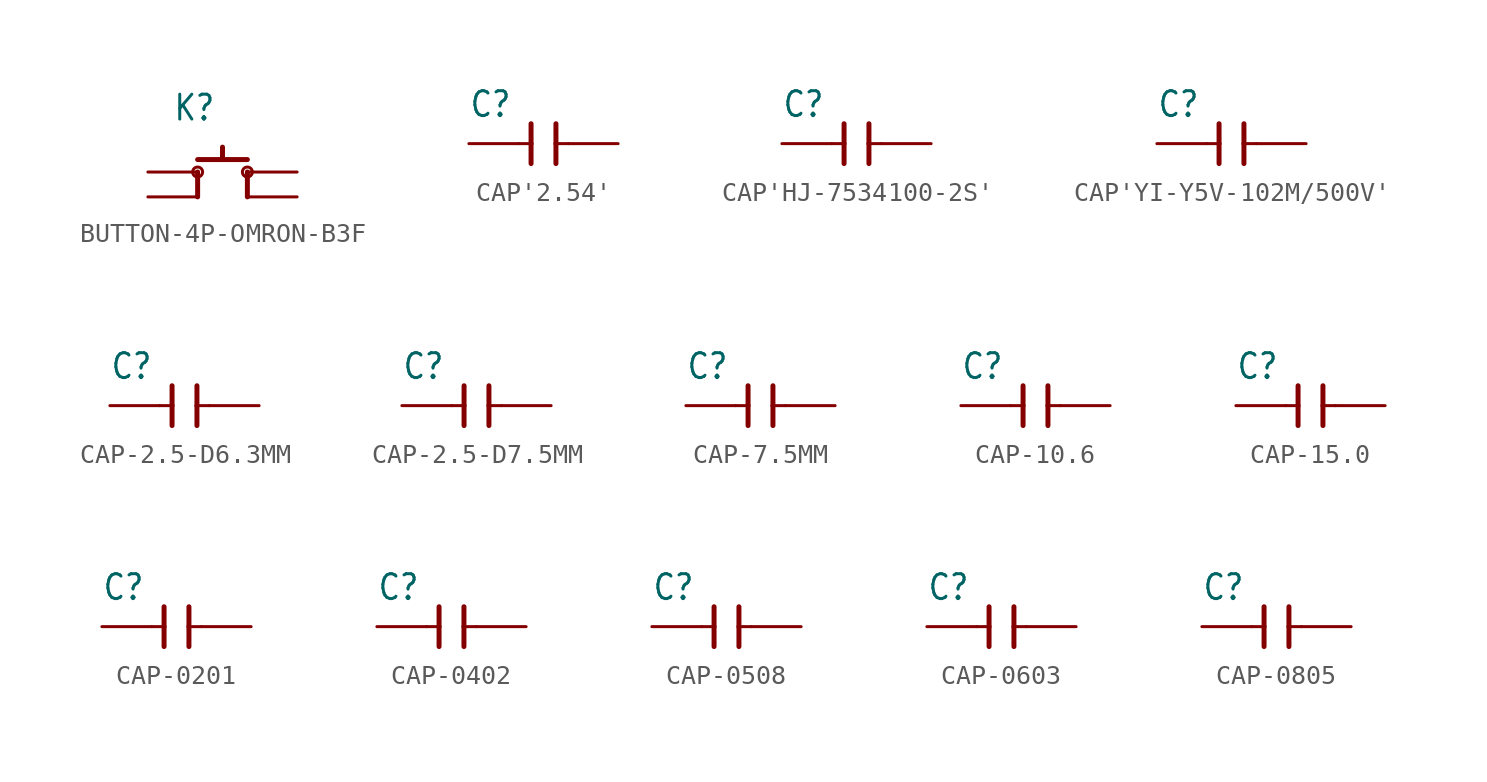
<source format=kicad_sym>
(kicad_symbol_lib
  (version 20220914)
  (generator kicad_symbol_editor)
  (symbol "BUTTON-4P-OMRON-B3F"
    (property "Reference" "K"
      (at -2.54 2.54 0)
      (effects (font (size 1.27 1.079)) (justify left bottom)))
    (property "Value" ""
      (at -2.54 1.27 0)
      (effects (font (size 1.27 1.079)) (justify left bottom)))
    (property "ki_locked" ""
      (at 0 0 0)
      (effects (font (size 1.27 1.27))))
    (symbol "BUTTON-4P-OMRON-B3F_1_0"
      (circle (center -1.27 0) (radius 0.254) (stroke (width 0) (type solid)) (fill (type none)))
      (polyline (pts (xy -1.27 -1.27) (xy -1.27 0)) (stroke (width 0.254) (type solid)) (fill (type none)))
      (polyline (pts (xy -1.27 0.635) (xy 0 0.635)) (stroke (width 0.254) (type solid)) (fill (type none)))
      (polyline (pts (xy 0 0.635) (xy 0 1.27)) (stroke (width 0.254) (type solid)) (fill (type none)))
      (polyline (pts (xy 0 0.635) (xy 1.27 0.635)) (stroke (width 0.254) (type solid)) (fill (type none)))
      (polyline (pts (xy 1.27 0) (xy 1.27 -1.27)) (stroke (width 0.254) (type solid)) (fill (type none)))
      (circle (center 1.27 0) (radius 0.254) (stroke (width 0) (type solid)) (fill (type none)))
      (pin bidirectional line (at -3.81 0 0) (length 2.54) (name "A0" (effects (font (size 0 0)))) (number "1" (effects (font (size 0 0)))))
      (pin bidirectional line (at -3.81 -1.27 0) (length 2.54) (name "A1" (effects (font (size 0 0)))) (number "2" (effects (font (size 0 0)))))
      (pin bidirectional line (at 3.81 0 180) (length 2.54) (name "B0" (effects (font (size 0 0)))) (number "3" (effects (font (size 0 0)))))
      (pin bidirectional line (at 3.81 -1.27 180) (length 2.54) (name "B1" (effects (font (size 0 0)))) (number "4" (effects (font (size 0 0)))))))
  (symbol "CAP'2.54'"
    (property "Reference" "C"
      (at -3.81 1.27 0)
      (effects (font (size 1.27 1.079)) (justify left bottom)))
    (property "Value" ""
      (at -3.81 0 0)
      (effects (font (size 1.27 1.079)) (justify left bottom)))
    (property "ki_locked" ""
      (at 0 0 0)
      (effects (font (size 1.27 1.27))))
    (symbol "CAP'2.54'_1_0"
      (polyline (pts (xy -1.27 0) (xy -0.635 0)) (stroke (width 0.152) (type solid)) (fill (type none)))
      (polyline (pts (xy -0.635 -1.016) (xy -0.635 0)) (stroke (width 0.254) (type solid)) (fill (type none)))
      (polyline (pts (xy -0.635 0) (xy -0.635 1.016)) (stroke (width 0.254) (type solid)) (fill (type none)))
      (polyline (pts (xy 0.635 0) (xy 0.635 -1.016)) (stroke (width 0.254) (type solid)) (fill (type none)))
      (polyline (pts (xy 0.635 0) (xy 1.27 0)) (stroke (width 0.152) (type solid)) (fill (type none)))
      (polyline (pts (xy 0.635 1.016) (xy 0.635 0)) (stroke (width 0.254) (type solid)) (fill (type none)))
      (pin passive line (at -3.81 0 0) (length 2.54) (name "1" (effects (font (size 0 0)))) (number "1" (effects (font (size 0 0)))))
      (pin passive line (at 3.81 0 180) (length 2.54) (name "2" (effects (font (size 0 0)))) (number "2" (effects (font (size 0 0)))))))
  (symbol "CAP'HJ-7534100-2S'"
    (property "Reference" "C"
      (at -3.81 1.27 0)
      (effects (font (size 1.27 1.079)) (justify left bottom)))
    (property "Value" ""
      (at -3.81 0 0)
      (effects (font (size 1.27 1.079)) (justify left bottom)))
    (property "ki_locked" ""
      (at 0 0 0)
      (effects (font (size 1.27 1.27))))
    (symbol "CAP'HJ-7534100-2S'_1_0"
      (polyline (pts (xy -1.27 0) (xy -0.635 0)) (stroke (width 0.152) (type solid)) (fill (type none)))
      (polyline (pts (xy -0.635 -1.016) (xy -0.635 0)) (stroke (width 0.254) (type solid)) (fill (type none)))
      (polyline (pts (xy -0.635 0) (xy -0.635 1.016)) (stroke (width 0.254) (type solid)) (fill (type none)))
      (polyline (pts (xy 0.635 0) (xy 0.635 -1.016)) (stroke (width 0.254) (type solid)) (fill (type none)))
      (polyline (pts (xy 0.635 0) (xy 1.27 0)) (stroke (width 0.152) (type solid)) (fill (type none)))
      (polyline (pts (xy 0.635 1.016) (xy 0.635 0)) (stroke (width 0.254) (type solid)) (fill (type none)))
      (pin passive line (at -3.81 0 0) (length 2.54) (name "1" (effects (font (size 0 0)))) (number "1" (effects (font (size 0 0)))))
      (pin passive line (at 3.81 0 180) (length 2.54) (name "2" (effects (font (size 0 0)))) (number "2" (effects (font (size 0 0)))))))
  (symbol "CAP'YI-Y5V-102M/500V'"
    (property "Reference" "C"
      (at -3.81 1.27 0)
      (effects (font (size 1.27 1.079)) (justify left bottom)))
    (property "Value" ""
      (at -3.81 0 0)
      (effects (font (size 1.27 1.079)) (justify left bottom)))
    (property "ki_locked" ""
      (at 0 0 0)
      (effects (font (size 1.27 1.27))))
    (symbol "CAP'YI-Y5V-102M/500V'_1_0"
      (polyline (pts (xy -1.27 0) (xy -0.635 0)) (stroke (width 0.152) (type solid)) (fill (type none)))
      (polyline (pts (xy -0.635 -1.016) (xy -0.635 0)) (stroke (width 0.254) (type solid)) (fill (type none)))
      (polyline (pts (xy -0.635 0) (xy -0.635 1.016)) (stroke (width 0.254) (type solid)) (fill (type none)))
      (polyline (pts (xy 0.635 0) (xy 0.635 -1.016)) (stroke (width 0.254) (type solid)) (fill (type none)))
      (polyline (pts (xy 0.635 0) (xy 1.27 0)) (stroke (width 0.152) (type solid)) (fill (type none)))
      (polyline (pts (xy 0.635 1.016) (xy 0.635 0)) (stroke (width 0.254) (type solid)) (fill (type none)))
      (pin passive line (at -3.81 0 0) (length 2.54) (name "1" (effects (font (size 0 0)))) (number "1" (effects (font (size 0 0)))))
      (pin passive line (at 3.81 0 180) (length 2.54) (name "2" (effects (font (size 0 0)))) (number "2" (effects (font (size 0 0)))))))
  (symbol "CAP-2.5-D6.3MM"
    (property "Reference" "C"
      (at -3.81 1.27 0)
      (effects (font (size 1.27 1.079)) (justify left bottom)))
    (property "Value" ""
      (at -3.81 0 0)
      (effects (font (size 1.27 1.079)) (justify left bottom)))
    (property "ki_locked" ""
      (at 0 0 0)
      (effects (font (size 1.27 1.27))))
    (symbol "CAP-2.5-D6.3MM_1_0"
      (polyline (pts (xy -1.27 0) (xy -0.635 0)) (stroke (width 0.152) (type solid)) (fill (type none)))
      (polyline (pts (xy -0.635 -1.016) (xy -0.635 0)) (stroke (width 0.254) (type solid)) (fill (type none)))
      (polyline (pts (xy -0.635 0) (xy -0.635 1.016)) (stroke (width 0.254) (type solid)) (fill (type none)))
      (polyline (pts (xy 0.635 0) (xy 0.635 -1.016)) (stroke (width 0.254) (type solid)) (fill (type none)))
      (polyline (pts (xy 0.635 0) (xy 1.27 0)) (stroke (width 0.152) (type solid)) (fill (type none)))
      (polyline (pts (xy 0.635 1.016) (xy 0.635 0)) (stroke (width 0.254) (type solid)) (fill (type none)))
      (pin passive line (at -3.81 0 0) (length 2.54) (name "1" (effects (font (size 0 0)))) (number "1" (effects (font (size 0 0)))))
      (pin passive line (at 3.81 0 180) (length 2.54) (name "2" (effects (font (size 0 0)))) (number "2" (effects (font (size 0 0)))))))
  (symbol "CAP-2.5-D7.5MM"
    (property "Reference" "C"
      (at -3.81 1.27 0)
      (effects (font (size 1.27 1.079)) (justify left bottom)))
    (property "Value" ""
      (at -3.81 0 0)
      (effects (font (size 1.27 1.079)) (justify left bottom)))
    (property "ki_locked" ""
      (at 0 0 0)
      (effects (font (size 1.27 1.27))))
    (symbol "CAP-2.5-D7.5MM_1_0"
      (polyline (pts (xy -1.27 0) (xy -0.635 0)) (stroke (width 0.152) (type solid)) (fill (type none)))
      (polyline (pts (xy -0.635 -1.016) (xy -0.635 0)) (stroke (width 0.254) (type solid)) (fill (type none)))
      (polyline (pts (xy -0.635 0) (xy -0.635 1.016)) (stroke (width 0.254) (type solid)) (fill (type none)))
      (polyline (pts (xy 0.635 0) (xy 0.635 -1.016)) (stroke (width 0.254) (type solid)) (fill (type none)))
      (polyline (pts (xy 0.635 0) (xy 1.27 0)) (stroke (width 0.152) (type solid)) (fill (type none)))
      (polyline (pts (xy 0.635 1.016) (xy 0.635 0)) (stroke (width 0.254) (type solid)) (fill (type none)))
      (pin passive line (at -3.81 0 0) (length 2.54) (name "1" (effects (font (size 0 0)))) (number "1" (effects (font (size 0 0)))))
      (pin passive line (at 3.81 0 180) (length 2.54) (name "2" (effects (font (size 0 0)))) (number "2" (effects (font (size 0 0)))))))
  (symbol "CAP-7.5MM"
    (property "Reference" "C"
      (at -3.81 1.27 0)
      (effects (font (size 1.27 1.079)) (justify left bottom)))
    (property "Value" ""
      (at -3.81 0 0)
      (effects (font (size 1.27 1.079)) (justify left bottom)))
    (property "ki_locked" ""
      (at 0 0 0)
      (effects (font (size 1.27 1.27))))
    (symbol "CAP-7.5MM_1_0"
      (polyline (pts (xy -1.27 0) (xy -0.635 0)) (stroke (width 0.152) (type solid)) (fill (type none)))
      (polyline (pts (xy -0.635 -1.016) (xy -0.635 0)) (stroke (width 0.254) (type solid)) (fill (type none)))
      (polyline (pts (xy -0.635 0) (xy -0.635 1.016)) (stroke (width 0.254) (type solid)) (fill (type none)))
      (polyline (pts (xy 0.635 0) (xy 0.635 -1.016)) (stroke (width 0.254) (type solid)) (fill (type none)))
      (polyline (pts (xy 0.635 0) (xy 1.27 0)) (stroke (width 0.152) (type solid)) (fill (type none)))
      (polyline (pts (xy 0.635 1.016) (xy 0.635 0)) (stroke (width 0.254) (type solid)) (fill (type none)))
      (pin passive line (at -3.81 0 0) (length 2.54) (name "1" (effects (font (size 0 0)))) (number "1" (effects (font (size 0 0)))))
      (pin passive line (at 3.81 0 180) (length 2.54) (name "2" (effects (font (size 0 0)))) (number "2" (effects (font (size 0 0)))))))
  (symbol "CAP-10.6"
    (property "Reference" "C"
      (at -3.81 1.27 0)
      (effects (font (size 1.27 1.079)) (justify left bottom)))
    (property "Value" ""
      (at -3.81 0 0)
      (effects (font (size 1.27 1.079)) (justify left bottom)))
    (property "ki_locked" ""
      (at 0 0 0)
      (effects (font (size 1.27 1.27))))
    (symbol "CAP-10.6_1_0"
      (polyline (pts (xy -1.27 0) (xy -0.635 0)) (stroke (width 0.152) (type solid)) (fill (type none)))
      (polyline (pts (xy -0.635 -1.016) (xy -0.635 0)) (stroke (width 0.254) (type solid)) (fill (type none)))
      (polyline (pts (xy -0.635 0) (xy -0.635 1.016)) (stroke (width 0.254) (type solid)) (fill (type none)))
      (polyline (pts (xy 0.635 0) (xy 0.635 -1.016)) (stroke (width 0.254) (type solid)) (fill (type none)))
      (polyline (pts (xy 0.635 0) (xy 1.27 0)) (stroke (width 0.152) (type solid)) (fill (type none)))
      (polyline (pts (xy 0.635 1.016) (xy 0.635 0)) (stroke (width 0.254) (type solid)) (fill (type none)))
      (pin passive line (at -3.81 0 0) (length 2.54) (name "1" (effects (font (size 0 0)))) (number "1" (effects (font (size 0 0)))))
      (pin passive line (at 3.81 0 180) (length 2.54) (name "2" (effects (font (size 0 0)))) (number "2" (effects (font (size 0 0)))))))
  (symbol "CAP-15.0"
    (property "Reference" "C"
      (at -3.81 1.27 0)
      (effects (font (size 1.27 1.079)) (justify left bottom)))
    (property "Value" ""
      (at -3.81 0 0)
      (effects (font (size 1.27 1.079)) (justify left bottom)))
    (property "ki_locked" ""
      (at 0 0 0)
      (effects (font (size 1.27 1.27))))
    (symbol "CAP-15.0_1_0"
      (polyline (pts (xy -1.27 0) (xy -0.635 0)) (stroke (width 0.152) (type solid)) (fill (type none)))
      (polyline (pts (xy -0.635 -1.016) (xy -0.635 0)) (stroke (width 0.254) (type solid)) (fill (type none)))
      (polyline (pts (xy -0.635 0) (xy -0.635 1.016)) (stroke (width 0.254) (type solid)) (fill (type none)))
      (polyline (pts (xy 0.635 0) (xy 0.635 -1.016)) (stroke (width 0.254) (type solid)) (fill (type none)))
      (polyline (pts (xy 0.635 0) (xy 1.27 0)) (stroke (width 0.152) (type solid)) (fill (type none)))
      (polyline (pts (xy 0.635 1.016) (xy 0.635 0)) (stroke (width 0.254) (type solid)) (fill (type none)))
      (pin passive line (at -3.81 0 0) (length 2.54) (name "1" (effects (font (size 0 0)))) (number "1" (effects (font (size 0 0)))))
      (pin passive line (at 3.81 0 180) (length 2.54) (name "2" (effects (font (size 0 0)))) (number "2" (effects (font (size 0 0)))))))
  (symbol "CAP-0201"
    (property "Reference" "C"
      (at -3.81 1.27 0)
      (effects (font (size 1.27 1.079)) (justify left bottom)))
    (property "Value" ""
      (at -3.81 0 0)
      (effects (font (size 1.27 1.079)) (justify left bottom)))
    (property "ki_locked" ""
      (at 0 0 0)
      (effects (font (size 1.27 1.27))))
    (symbol "CAP-0201_1_0"
      (polyline (pts (xy -1.27 0) (xy -0.635 0)) (stroke (width 0.152) (type solid)) (fill (type none)))
      (polyline (pts (xy -0.635 -1.016) (xy -0.635 0)) (stroke (width 0.254) (type solid)) (fill (type none)))
      (polyline (pts (xy -0.635 0) (xy -0.635 1.016)) (stroke (width 0.254) (type solid)) (fill (type none)))
      (polyline (pts (xy 0.635 0) (xy 0.635 -1.016)) (stroke (width 0.254) (type solid)) (fill (type none)))
      (polyline (pts (xy 0.635 0) (xy 1.27 0)) (stroke (width 0.152) (type solid)) (fill (type none)))
      (polyline (pts (xy 0.635 1.016) (xy 0.635 0)) (stroke (width 0.254) (type solid)) (fill (type none)))
      (pin passive line (at -3.81 0 0) (length 2.54) (name "1" (effects (font (size 0 0)))) (number "1" (effects (font (size 0 0)))))
      (pin passive line (at 3.81 0 180) (length 2.54) (name "2" (effects (font (size 0 0)))) (number "2" (effects (font (size 0 0)))))))
  (symbol "CAP-0402"
    (property "Reference" "C"
      (at -3.81 1.27 0)
      (effects (font (size 1.27 1.079)) (justify left bottom)))
    (property "Value" ""
      (at -3.81 0 0)
      (effects (font (size 1.27 1.079)) (justify left bottom)))
    (property "ki_locked" ""
      (at 0 0 0)
      (effects (font (size 1.27 1.27))))
    (symbol "CAP-0402_1_0"
      (polyline (pts (xy -1.27 0) (xy -0.635 0)) (stroke (width 0.152) (type solid)) (fill (type none)))
      (polyline (pts (xy -0.635 -1.016) (xy -0.635 0)) (stroke (width 0.254) (type solid)) (fill (type none)))
      (polyline (pts (xy -0.635 0) (xy -0.635 1.016)) (stroke (width 0.254) (type solid)) (fill (type none)))
      (polyline (pts (xy 0.635 0) (xy 0.635 -1.016)) (stroke (width 0.254) (type solid)) (fill (type none)))
      (polyline (pts (xy 0.635 0) (xy 1.27 0)) (stroke (width 0.152) (type solid)) (fill (type none)))
      (polyline (pts (xy 0.635 1.016) (xy 0.635 0)) (stroke (width 0.254) (type solid)) (fill (type none)))
      (pin passive line (at -3.81 0 0) (length 2.54) (name "1" (effects (font (size 0 0)))) (number "1" (effects (font (size 0 0)))))
      (pin passive line (at 3.81 0 180) (length 2.54) (name "2" (effects (font (size 0 0)))) (number "2" (effects (font (size 0 0)))))))
  (symbol "CAP-0508"
    (property "Reference" "C"
      (at -3.81 1.27 0)
      (effects (font (size 1.27 1.079)) (justify left bottom)))
    (property "Value" ""
      (at -3.81 0 0)
      (effects (font (size 1.27 1.079)) (justify left bottom)))
    (property "ki_locked" ""
      (at 0 0 0)
      (effects (font (size 1.27 1.27))))
    (symbol "CAP-0508_1_0"
      (polyline (pts (xy -1.27 0) (xy -0.635 0)) (stroke (width 0.152) (type solid)) (fill (type none)))
      (polyline (pts (xy -0.635 -1.016) (xy -0.635 0)) (stroke (width 0.254) (type solid)) (fill (type none)))
      (polyline (pts (xy -0.635 0) (xy -0.635 1.016)) (stroke (width 0.254) (type solid)) (fill (type none)))
      (polyline (pts (xy 0.635 0) (xy 0.635 -1.016)) (stroke (width 0.254) (type solid)) (fill (type none)))
      (polyline (pts (xy 0.635 0) (xy 1.27 0)) (stroke (width 0.152) (type solid)) (fill (type none)))
      (polyline (pts (xy 0.635 1.016) (xy 0.635 0)) (stroke (width 0.254) (type solid)) (fill (type none)))
      (pin passive line (at -3.81 0 0) (length 2.54) (name "1" (effects (font (size 0 0)))) (number "1" (effects (font (size 0 0)))))
      (pin passive line (at 3.81 0 180) (length 2.54) (name "2" (effects (font (size 0 0)))) (number "2" (effects (font (size 0 0)))))))
  (symbol "CAP-0603"
    (property "Reference" "C"
      (at -3.81 1.27 0)
      (effects (font (size 1.27 1.079)) (justify left bottom)))
    (property "Value" ""
      (at -3.81 0 0)
      (effects (font (size 1.27 1.079)) (justify left bottom)))
    (property "ki_locked" ""
      (at 0 0 0)
      (effects (font (size 1.27 1.27))))
    (symbol "CAP-0603_1_0"
      (polyline (pts (xy -1.27 0) (xy -0.635 0)) (stroke (width 0.152) (type solid)) (fill (type none)))
      (polyline (pts (xy -0.635 -1.016) (xy -0.635 0)) (stroke (width 0.254) (type solid)) (fill (type none)))
      (polyline (pts (xy -0.635 0) (xy -0.635 1.016)) (stroke (width 0.254) (type solid)) (fill (type none)))
      (polyline (pts (xy 0.635 0) (xy 0.635 -1.016)) (stroke (width 0.254) (type solid)) (fill (type none)))
      (polyline (pts (xy 0.635 0) (xy 1.27 0)) (stroke (width 0.152) (type solid)) (fill (type none)))
      (polyline (pts (xy 0.635 1.016) (xy 0.635 0)) (stroke (width 0.254) (type solid)) (fill (type none)))
      (pin passive line (at -3.81 0 0) (length 2.54) (name "1" (effects (font (size 0 0)))) (number "1" (effects (font (size 0 0)))))
      (pin passive line (at 3.81 0 180) (length 2.54) (name "2" (effects (font (size 0 0)))) (number "2" (effects (font (size 0 0)))))))
  (symbol "CAP-0805"
    (property "Reference" "C"
      (at -3.81 1.27 0)
      (effects (font (size 1.27 1.079)) (justify left bottom)))
    (property "Value" ""
      (at -3.81 0 0)
      (effects (font (size 1.27 1.079)) (justify left bottom)))
    (property "ki_locked" ""
      (at 0 0 0)
      (effects (font (size 1.27 1.27))))
    (symbol "CAP-0805_1_0"
      (polyline (pts (xy -1.27 0) (xy -0.635 0)) (stroke (width 0.152) (type solid)) (fill (type none)))
      (polyline (pts (xy -0.635 -1.016) (xy -0.635 0)) (stroke (width 0.254) (type solid)) (fill (type none)))
      (polyline (pts (xy -0.635 0) (xy -0.635 1.016)) (stroke (width 0.254) (type solid)) (fill (type none)))
      (polyline (pts (xy 0.635 0) (xy 0.635 -1.016)) (stroke (width 0.254) (type solid)) (fill (type none)))
      (polyline (pts (xy 0.635 0) (xy 1.27 0)) (stroke (width 0.152) (type solid)) (fill (type none)))
      (polyline (pts (xy 0.635 1.016) (xy 0.635 0)) (stroke (width 0.254) (type solid)) (fill (type none)))
      (pin passive line (at -3.81 0 0) (length 2.54) (name "1" (effects (font (size 0 0)))) (number "1" (effects (font (size 0 0)))))
      (pin passive line (at 3.81 0 180) (length 2.54) (name "2" (effects (font (size 0 0)))) (number "2" (effects (font (size 0 0))))))))
</source>
